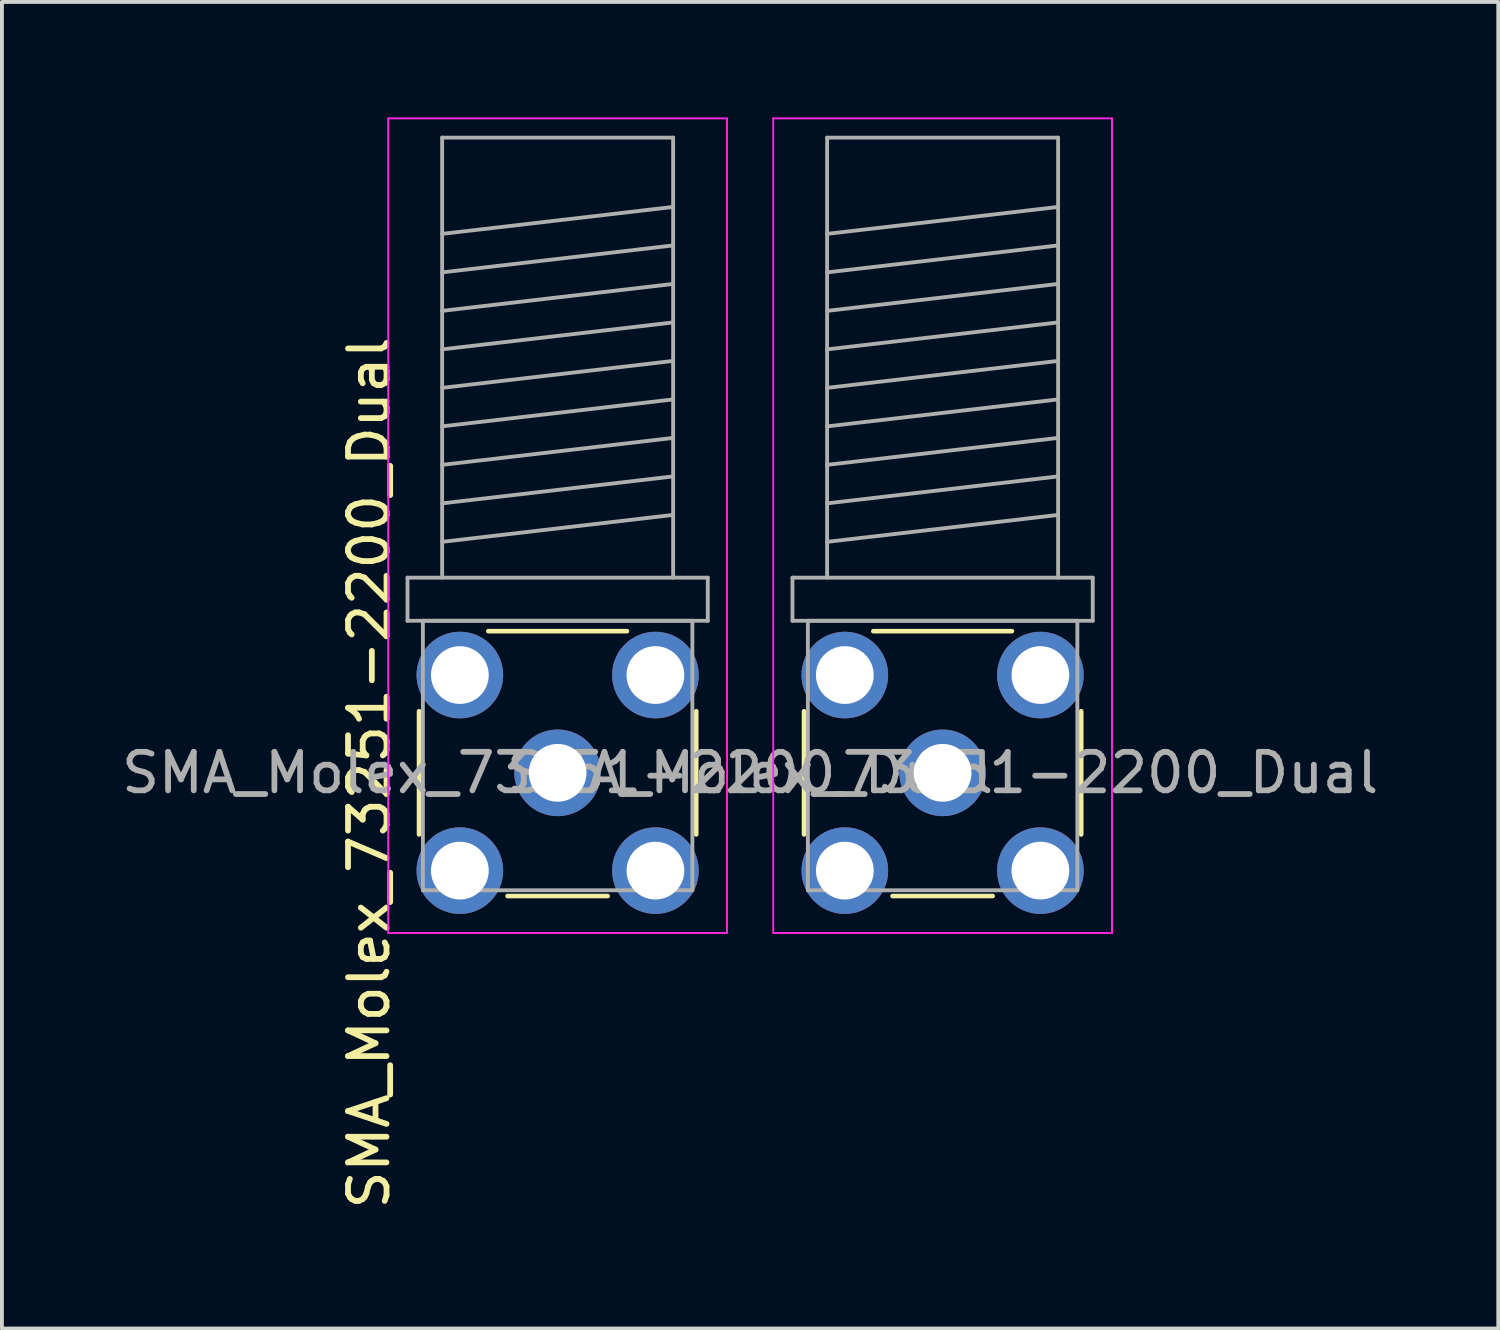
<source format=kicad_pcb>
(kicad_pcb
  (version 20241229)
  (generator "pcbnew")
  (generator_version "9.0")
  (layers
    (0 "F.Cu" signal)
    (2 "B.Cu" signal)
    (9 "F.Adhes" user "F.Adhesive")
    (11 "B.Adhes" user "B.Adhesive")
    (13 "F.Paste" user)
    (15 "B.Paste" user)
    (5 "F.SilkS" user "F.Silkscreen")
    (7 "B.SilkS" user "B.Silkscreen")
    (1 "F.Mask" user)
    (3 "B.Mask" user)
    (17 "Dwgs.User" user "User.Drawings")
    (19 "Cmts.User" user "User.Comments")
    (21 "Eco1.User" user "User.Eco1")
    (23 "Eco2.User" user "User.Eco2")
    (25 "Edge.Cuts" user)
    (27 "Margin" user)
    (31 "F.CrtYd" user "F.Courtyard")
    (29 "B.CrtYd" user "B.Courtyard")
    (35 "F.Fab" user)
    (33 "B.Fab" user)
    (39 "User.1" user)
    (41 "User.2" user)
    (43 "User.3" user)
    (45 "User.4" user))
  (footprint "SMA_Molex_73251-2200_Dual"
    (layer "F.Cu")
    (at 16.435 17.025)
    (property "Reference" "SMA_Molex_73251-2200_Dual" (at -9.9 0 90) (layer "F.SilkS") (effects (font (size 1 1) (thickness 0.15))))
    (attr through_hole)
    (fp_line (start -8.6 -1.6) (end -8.6 1.6) (stroke (width 0.12) (type solid)) (layer "F.SilkS"))
    (fp_line (start -6.8 -3.68) (end -3.2 -3.68) (stroke (width 0.12) (type solid)) (layer "F.SilkS"))
    (fp_line (start -6.3 3.2) (end -3.7 3.2) (stroke (width 0.12) (type solid)) (layer "F.SilkS"))
    (fp_line (start -1.4 -1.6) (end -1.4 1.6) (stroke (width 0.12) (type solid)) (layer "F.SilkS"))
    (fp_line (start 1.4 -1.6) (end 1.4 1.6) (stroke (width 0.12) (type solid)) (layer "F.SilkS"))
    (fp_line (start 3.2 -3.68) (end 6.8 -3.68) (stroke (width 0.12) (type solid)) (layer "F.SilkS"))
    (fp_line (start 3.7 3.2) (end 6.3 3.2) (stroke (width 0.12) (type solid)) (layer "F.SilkS"))
    (fp_line (start 8.6 -1.6) (end 8.6 1.6) (stroke (width 0.12) (type solid)) (layer "F.SilkS"))
    (fp_line (start -9.4 -17) (end -9.4 4.16) (stroke (width 0.05) (type solid)) (layer "F.CrtYd"))
    (fp_line (start -9.4 -17) (end -0.6 -17) (stroke (width 0.05) (type solid)) (layer "F.CrtYd"))
    (fp_line (start -0.6 4.16) (end -9.4 4.16) (stroke (width 0.05) (type solid)) (layer "F.CrtYd"))
    (fp_line (start -0.6 4.16) (end -0.6 -17) (stroke (width 0.05) (type solid)) (layer "F.CrtYd"))
    (fp_line (start 0.6 -17) (end 0.6 4.16) (stroke (width 0.05) (type solid)) (layer "F.CrtYd"))
    (fp_line (start 0.6 -17) (end 9.4 -17) (stroke (width 0.05) (type solid)) (layer "F.CrtYd"))
    (fp_line (start 9.4 4.16) (end 0.6 4.16) (stroke (width 0.05) (type solid)) (layer "F.CrtYd"))
    (fp_line (start 9.4 4.16) (end 9.4 -17) (stroke (width 0.05) (type solid)) (layer "F.CrtYd"))
    (fp_line (start -8.9 -5.07) (end -8.9 -3.95) (stroke (width 0.1) (type solid)) (layer "F.Fab"))
    (fp_line (start -8.9 -3.95) (end -1.1 -3.95) (stroke (width 0.1) (type solid)) (layer "F.Fab"))
    (fp_line (start -8.5 -3.95) (end -8.5 3.05) (stroke (width 0.1) (type solid)) (layer "F.Fab"))
    (fp_line (start -8.5 -3.95) (end -1.5 -3.95) (stroke (width 0.1) (type solid)) (layer "F.Fab"))
    (fp_line (start -8.5 3.05) (end -1.5 3.05) (stroke (width 0.1) (type solid)) (layer "F.Fab"))
    (fp_line (start -8 -16.5) (end -8 -5.07) (stroke (width 0.1) (type solid)) (layer "F.Fab"))
    (fp_line (start -8 -16.5) (end -2 -16.5) (stroke (width 0.1) (type solid)) (layer "F.Fab"))
    (fp_line (start -8 -14) (end -2 -14.7) (stroke (width 0.1) (type solid)) (layer "F.Fab"))
    (fp_line (start -8 -13) (end -2 -13.7) (stroke (width 0.1) (type solid)) (layer "F.Fab"))
    (fp_line (start -8 -12) (end -2 -12.7) (stroke (width 0.1) (type solid)) (layer "F.Fab"))
    (fp_line (start -8 -11) (end -2 -11.7) (stroke (width 0.1) (type solid)) (layer "F.Fab"))
    (fp_line (start -8 -10) (end -2 -10.7) (stroke (width 0.1) (type solid)) (layer "F.Fab"))
    (fp_line (start -8 -9) (end -2 -9.7) (stroke (width 0.1) (type solid)) (layer "F.Fab"))
    (fp_line (start -8 -8) (end -2 -8.7) (stroke (width 0.1) (type solid)) (layer "F.Fab"))
    (fp_line (start -8 -7) (end -2 -7.7) (stroke (width 0.1) (type solid)) (layer "F.Fab"))
    (fp_line (start -8 -6) (end -2 -6.7) (stroke (width 0.1) (type solid)) (layer "F.Fab"))
    (fp_line (start -2 -16.5) (end -2 -5.07) (stroke (width 0.1) (type solid)) (layer "F.Fab"))
    (fp_line (start -1.5 -3.95) (end -1.5 3.05) (stroke (width 0.1) (type solid)) (layer "F.Fab"))
    (fp_line (start -1.1 -5.07) (end -8.9 -5.07) (stroke (width 0.1) (type solid)) (layer "F.Fab"))
    (fp_line (start -1.1 -3.95) (end -1.1 -5.07) (stroke (width 0.1) (type solid)) (layer "F.Fab"))
    (fp_line (start 1.1 -5.07) (end 1.1 -3.95) (stroke (width 0.1) (type solid)) (layer "F.Fab"))
    (fp_line (start 1.1 -3.95) (end 8.9 -3.95) (stroke (width 0.1) (type solid)) (layer "F.Fab"))
    (fp_line (start 1.5 -3.95) (end 1.5 3.05) (stroke (width 0.1) (type solid)) (layer "F.Fab"))
    (fp_line (start 1.5 -3.95) (end 8.5 -3.95) (stroke (width 0.1) (type solid)) (layer "F.Fab"))
    (fp_line (start 1.5 3.05) (end 8.5 3.05) (stroke (width 0.1) (type solid)) (layer "F.Fab"))
    (fp_line (start 2 -16.5) (end 2 -5.07) (stroke (width 0.1) (type solid)) (layer "F.Fab"))
    (fp_line (start 2 -16.5) (end 8 -16.5) (stroke (width 0.1) (type solid)) (layer "F.Fab"))
    (fp_line (start 2 -14) (end 8 -14.7) (stroke (width 0.1) (type solid)) (layer "F.Fab"))
    (fp_line (start 2 -13) (end 8 -13.7) (stroke (width 0.1) (type solid)) (layer "F.Fab"))
    (fp_line (start 2 -12) (end 8 -12.7) (stroke (width 0.1) (type solid)) (layer "F.Fab"))
    (fp_line (start 2 -11) (end 8 -11.7) (stroke (width 0.1) (type solid)) (layer "F.Fab"))
    (fp_line (start 2 -10) (end 8 -10.7) (stroke (width 0.1) (type solid)) (layer "F.Fab"))
    (fp_line (start 2 -9) (end 8 -9.7) (stroke (width 0.1) (type solid)) (layer "F.Fab"))
    (fp_line (start 2 -8) (end 8 -8.7) (stroke (width 0.1) (type solid)) (layer "F.Fab"))
    (fp_line (start 2 -7) (end 8 -7.7) (stroke (width 0.1) (type solid)) (layer "F.Fab"))
    (fp_line (start 2 -6) (end 8 -6.7) (stroke (width 0.1) (type solid)) (layer "F.Fab"))
    (fp_line (start 8 -16.5) (end 8 -5.07) (stroke (width 0.1) (type solid)) (layer "F.Fab"))
    (fp_line (start 8.5 -3.95) (end 8.5 3.05) (stroke (width 0.1) (type solid)) (layer "F.Fab"))
    (fp_line (start 8.9 -5.07) (end 1.1 -5.07) (stroke (width 0.1) (type solid)) (layer "F.Fab"))
    (fp_line (start 8.9 -3.95) (end 8.9 -5.07) (stroke (width 0.1) (type solid)) (layer "F.Fab"))
    (fp_text user "${REFERENCE}" (at 5 0 0) (layer "F.Fab") (effects (font (size 1 1) (thickness 0.15))))
    (fp_text user "${REFERENCE}" (at -5 0 0) (layer "F.Fab") (effects (font (size 1 1) (thickness 0.15))))
    (pad "1" thru_hole circle (at -5 0) (size 2.25 2.25) (drill 1.5) (layers "*.Cu" "*.Mask"))
    (pad "2" thru_hole circle (at 5 0) (size 2.25 2.25) (drill 1.5) (layers "*.Cu" "*.Mask"))
    (pad "3" thru_hole circle (at -7.54 -2.54) (size 2.25 2.25) (drill 1.5) (layers "*.Cu" "*.Mask"))
    (pad "3" thru_hole circle (at -7.54 2.54) (size 2.25 2.25) (drill 1.5) (layers "*.Cu" "*.Mask"))
    (pad "3" thru_hole circle (at -2.46 -2.54) (size 2.25 2.25) (drill 1.5) (layers "*.Cu" "*.Mask"))
    (pad "3" thru_hole circle (at -2.46 2.54 90) (size 2.25 2.25) (drill 1.5) (layers "*.Cu" "*.Mask"))
    (pad "3" thru_hole circle (at 2.46 -2.54) (size 2.25 2.25) (drill 1.5) (layers "*.Cu" "*.Mask"))
    (pad "3" thru_hole circle (at 2.46 2.54) (size 2.25 2.25) (drill 1.5) (layers "*.Cu" "*.Mask"))
    (pad "3" thru_hole circle (at 7.54 -2.54) (size 2.25 2.25) (drill 1.5) (layers "*.Cu" "*.Mask"))
    (pad "3" thru_hole circle (at 7.54 2.54 90) (size 2.25 2.25) (drill 1.5) (layers "*.Cu" "*.Mask")))
  (gr_rect
    (start -3 -3)
    (end 35.869 31.46)
    (stroke (width 0.1) (type default))
    (fill no)
    (layer "Edge.Cuts")))
</source>
